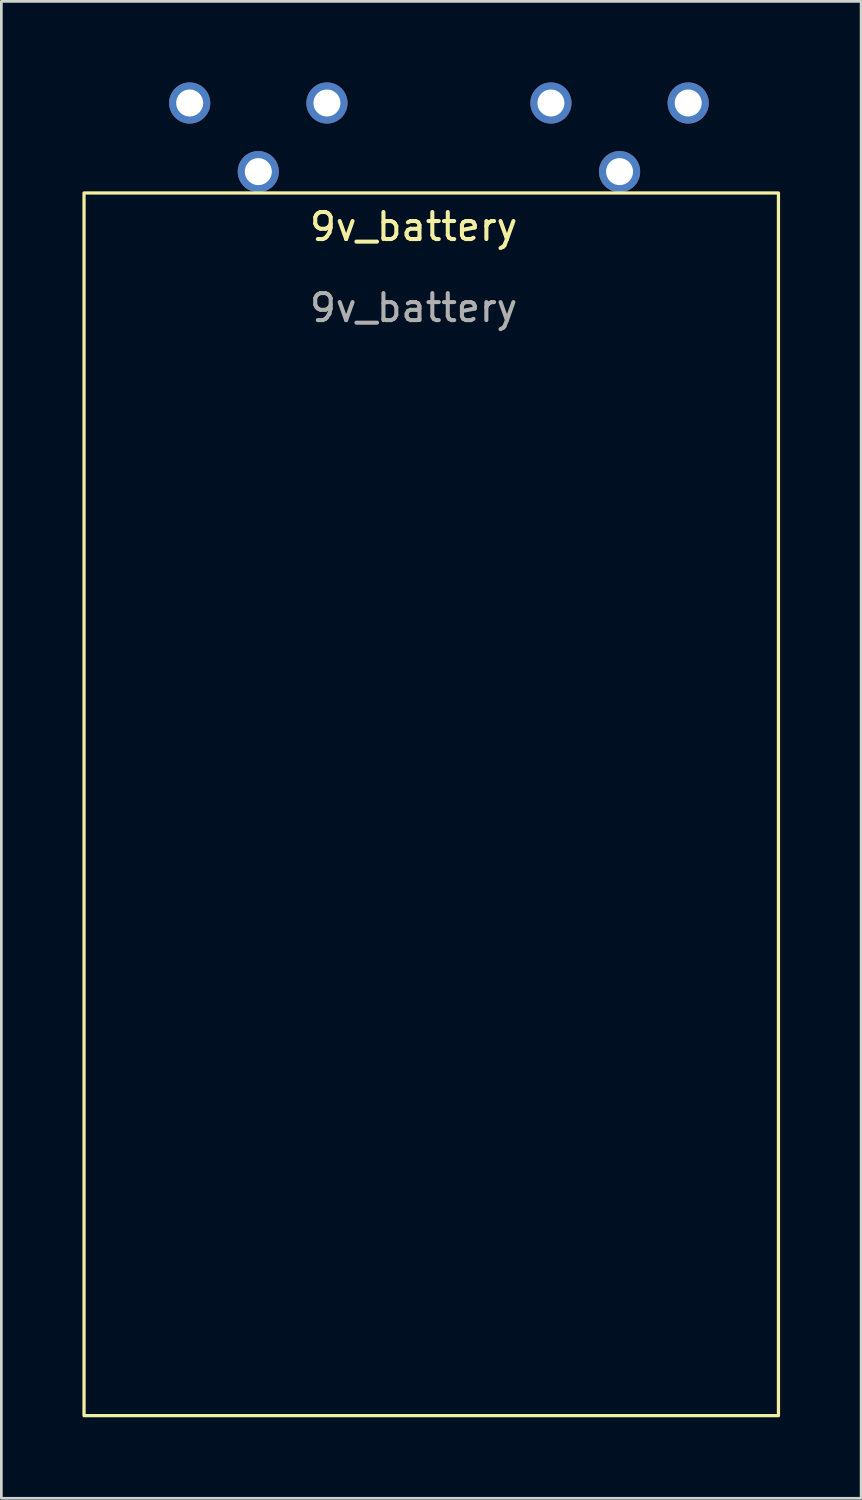
<source format=kicad_pcb>
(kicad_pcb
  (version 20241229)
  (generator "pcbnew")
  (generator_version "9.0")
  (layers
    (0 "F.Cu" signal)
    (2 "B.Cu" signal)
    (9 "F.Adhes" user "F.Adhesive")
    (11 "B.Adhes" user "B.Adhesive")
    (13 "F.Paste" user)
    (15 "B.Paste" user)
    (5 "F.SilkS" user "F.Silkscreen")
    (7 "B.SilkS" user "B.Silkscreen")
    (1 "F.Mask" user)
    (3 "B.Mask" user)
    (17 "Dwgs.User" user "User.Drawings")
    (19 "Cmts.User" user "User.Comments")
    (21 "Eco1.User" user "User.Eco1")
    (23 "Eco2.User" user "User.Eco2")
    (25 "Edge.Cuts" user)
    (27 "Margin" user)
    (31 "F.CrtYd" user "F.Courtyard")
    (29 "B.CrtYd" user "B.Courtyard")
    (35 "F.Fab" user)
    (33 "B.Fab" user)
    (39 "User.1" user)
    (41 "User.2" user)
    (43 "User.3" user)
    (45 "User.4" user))
  (footprint "9v_battery"
    (layer "F.Cu")
    (at 12.26 5.842)
    (property "Reference" "9v_battery" (at 0 -0.5 0) (unlocked yes) (layer "F.SilkS") (effects (font (size 1 1) (thickness 0.15))))
    (attr through_hole)
    (fp_rect (start -12.2 -1.75) (end 13.5 43.5) (stroke (width 0.12) (type solid)) (fill no) (layer "F.SilkS"))
    (fp_text user "${REFERENCE}" (at 0 2.5 0) (unlocked yes) (layer "F.Fab") (effects (font (size 1 1) (thickness 0.15))))
    (pad "1" thru_hole circle (at -8.29 -5.08) (size 1.524 1.524) (drill 1) (layers "*.Cu" "*.Mask"))
    (pad "1" thru_hole circle (at -5.75 -2.54) (size 1.524 1.524) (drill 1) (layers "*.Cu" "*.Mask"))
    (pad "1" thru_hole circle (at -3.21 -5.08) (size 1.524 1.524) (drill 1) (layers "*.Cu" "*.Mask"))
    (pad "2" thru_hole circle (at 5.08 -5.08) (size 1.524 1.524) (drill 1) (layers "*.Cu" "*.Mask"))
    (pad "2" thru_hole circle (at 7.62 -2.54) (size 1.524 1.524) (drill 1) (layers "*.Cu" "*.Mask"))
    (pad "2" thru_hole circle (at 10.16 -5.08) (size 1.524 1.524) (drill 1) (layers "*.Cu" "*.Mask")))
  (gr_rect
    (start -3 -3)
    (end 28.82 52.402)
    (stroke (width 0.1) (type default))
    (fill no)
    (layer "Edge.Cuts")))
</source>
